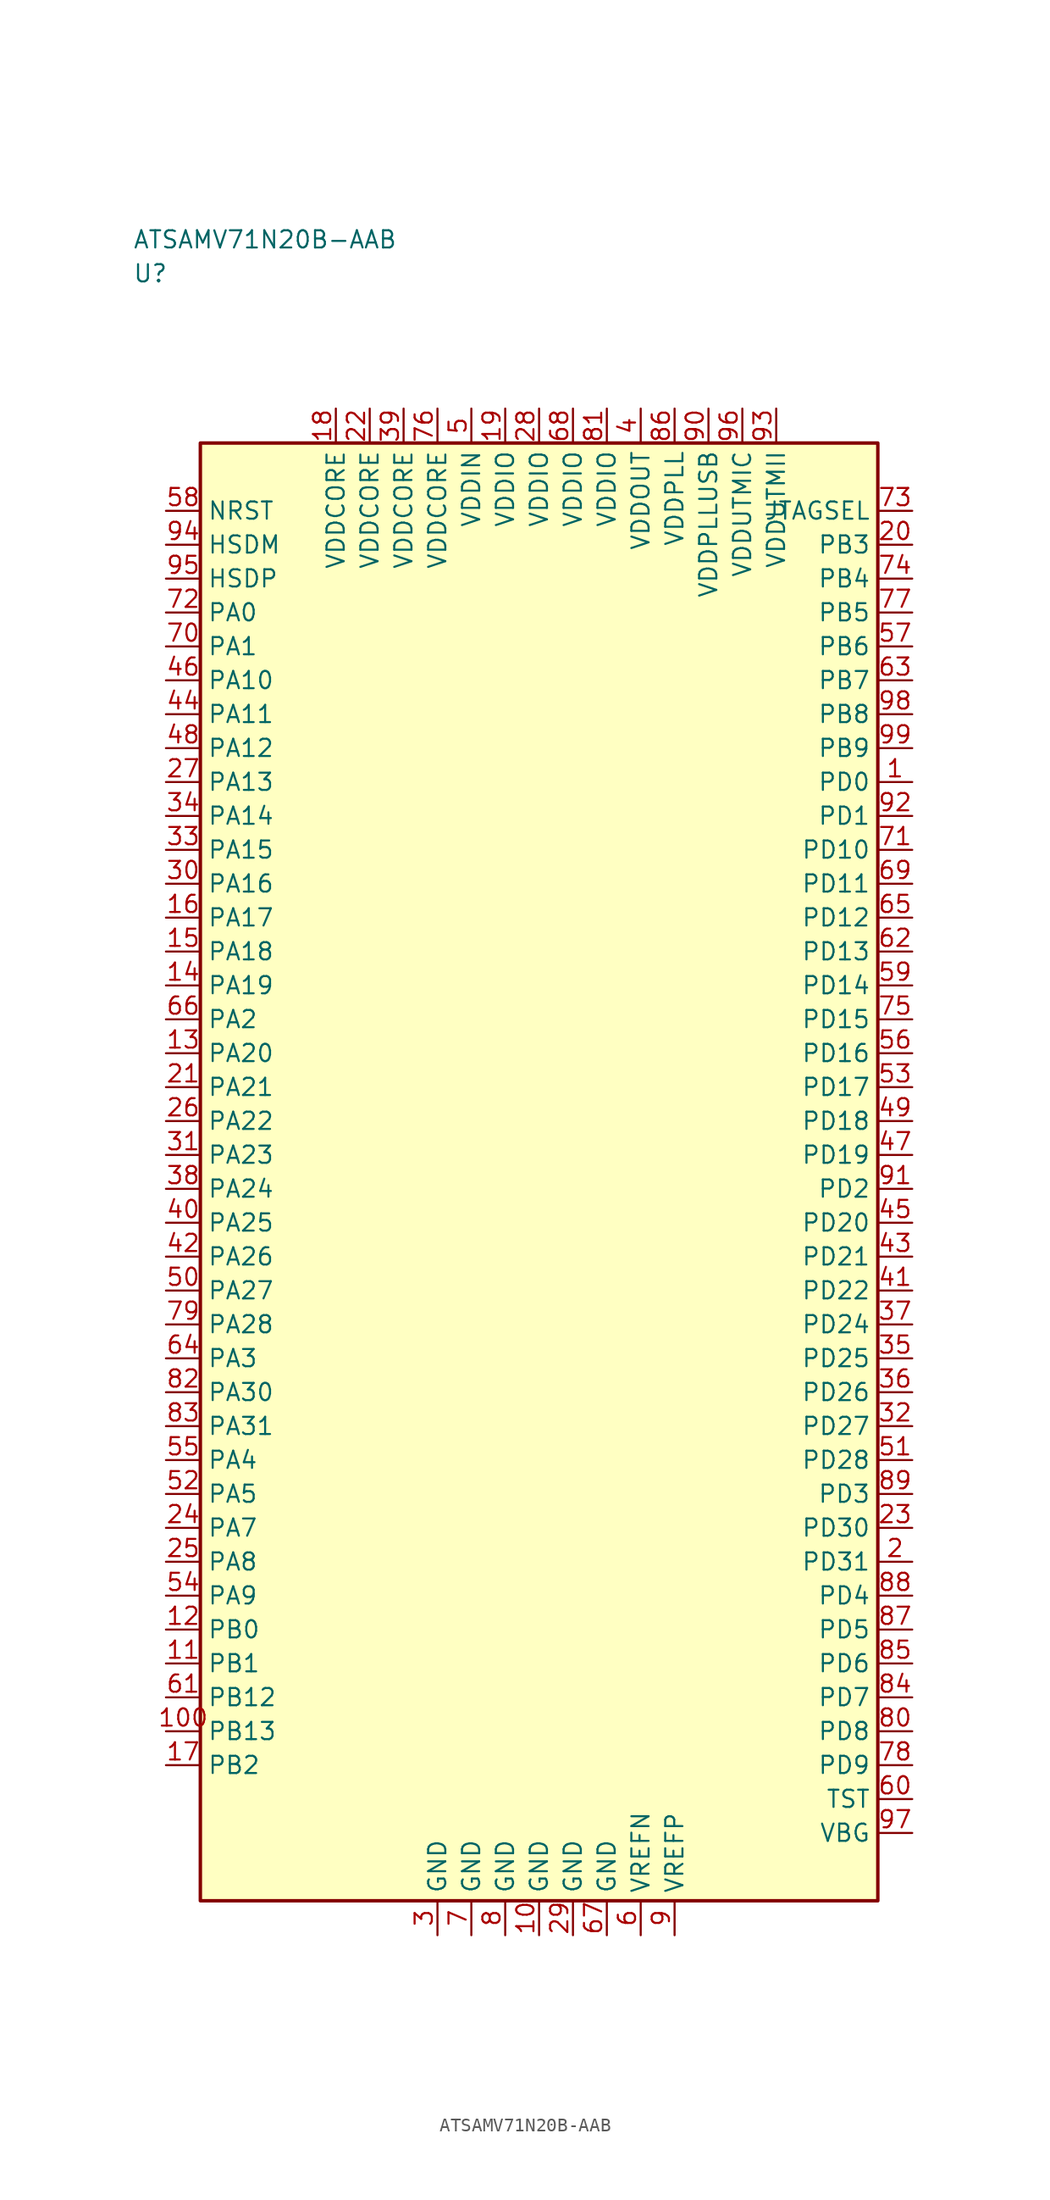
<source format=kicad_sym>
(kicad_symbol_lib
  (version 20241025)
  (generator "kicad_symbol_editor")
  (generator_version "8.0")
  (symbol "ATSAMV71N20B-AAB"
    (property "Reference" "U"
      (at -30.0 66.25 0)
      (effects (font (size 1.27 1.27)) (justify left)))
    (property "Value" "ATSAMV71N20B-AAB"
      (at -30.0 68.75 0)
      (effects (font (size 1.27 1.27)) (justify left)))
    (symbol "ATSAMV71N20B-AAB_0_1"
      (rectangle (start -25.0 53.75) (end 25.0 -53.75) (stroke (width 0.254) (type default)) (fill (type background))))
    (symbol "ATSAMV71N20B-AAB_1_1"
      (pin bidirectional line (at -27.54 41.25 0.0) (length 2.54) (name "PA0" (effects (font (size 1.27 1.27)))) (number "72" (effects (font (size 1.27 1.27)))))
      (pin bidirectional line (at -27.54 38.75 0.0) (length 2.54) (name "PA1" (effects (font (size 1.27 1.27)))) (number "70" (effects (font (size 1.27 1.27)))))
      (pin bidirectional line (at -27.54 11.25 0.0) (length 2.54) (name "PA2" (effects (font (size 1.27 1.27)))) (number "66" (effects (font (size 1.27 1.27)))))
      (pin bidirectional line (at -27.54 -13.75 0.0) (length 2.54) (name "PA3" (effects (font (size 1.27 1.27)))) (number "64" (effects (font (size 1.27 1.27)))))
      (pin bidirectional line (at -27.54 -21.25 0.0) (length 2.54) (name "PA4" (effects (font (size 1.27 1.27)))) (number "55" (effects (font (size 1.27 1.27)))))
      (pin bidirectional line (at -27.54 -23.75 0.0) (length 2.54) (name "PA5" (effects (font (size 1.27 1.27)))) (number "52" (effects (font (size 1.27 1.27)))))
      (pin bidirectional line (at -27.54 -26.25 0.0) (length 2.54) (name "PA7" (effects (font (size 1.27 1.27)))) (number "24" (effects (font (size 1.27 1.27)))))
      (pin bidirectional line (at -27.54 -28.75 0.0) (length 2.54) (name "PA8" (effects (font (size 1.27 1.27)))) (number "25" (effects (font (size 1.27 1.27)))))
      (pin bidirectional line (at -27.54 -31.25 0.0) (length 2.54) (name "PA9" (effects (font (size 1.27 1.27)))) (number "54" (effects (font (size 1.27 1.27)))))
      (pin bidirectional line (at -27.54 36.25 0.0) (length 2.54) (name "PA10" (effects (font (size 1.27 1.27)))) (number "46" (effects (font (size 1.27 1.27)))))
      (pin bidirectional line (at -27.54 33.75 0.0) (length 2.54) (name "PA11" (effects (font (size 1.27 1.27)))) (number "44" (effects (font (size 1.27 1.27)))))
      (pin bidirectional line (at -27.54 31.25 0.0) (length 2.54) (name "PA12" (effects (font (size 1.27 1.27)))) (number "48" (effects (font (size 1.27 1.27)))))
      (pin bidirectional line (at -27.54 28.75 0.0) (length 2.54) (name "PA13" (effects (font (size 1.27 1.27)))) (number "27" (effects (font (size 1.27 1.27)))))
      (pin bidirectional line (at -27.54 26.25 0.0) (length 2.54) (name "PA14" (effects (font (size 1.27 1.27)))) (number "34" (effects (font (size 1.27 1.27)))))
      (pin bidirectional line (at -27.54 23.75 0.0) (length 2.54) (name "PA15" (effects (font (size 1.27 1.27)))) (number "33" (effects (font (size 1.27 1.27)))))
      (pin bidirectional line (at -27.54 21.25 0.0) (length 2.54) (name "PA16" (effects (font (size 1.27 1.27)))) (number "30" (effects (font (size 1.27 1.27)))))
      (pin bidirectional line (at -27.54 18.75 0.0) (length 2.54) (name "PA17" (effects (font (size 1.27 1.27)))) (number "16" (effects (font (size 1.27 1.27)))))
      (pin bidirectional line (at -27.54 16.25 0.0) (length 2.54) (name "PA18" (effects (font (size 1.27 1.27)))) (number "15" (effects (font (size 1.27 1.27)))))
      (pin bidirectional line (at -27.54 13.75 0.0) (length 2.54) (name "PA19" (effects (font (size 1.27 1.27)))) (number "14" (effects (font (size 1.27 1.27)))))
      (pin bidirectional line (at -27.54 8.75 0.0) (length 2.54) (name "PA20" (effects (font (size 1.27 1.27)))) (number "13" (effects (font (size 1.27 1.27)))))
      (pin bidirectional line (at -27.54 6.25 0.0) (length 2.54) (name "PA21" (effects (font (size 1.27 1.27)))) (number "21" (effects (font (size 1.27 1.27)))))
      (pin bidirectional line (at -27.54 3.75 0.0) (length 2.54) (name "PA22" (effects (font (size 1.27 1.27)))) (number "26" (effects (font (size 1.27 1.27)))))
      (pin bidirectional line (at -27.54 1.25 0.0) (length 2.54) (name "PA23" (effects (font (size 1.27 1.27)))) (number "31" (effects (font (size 1.27 1.27)))))
      (pin bidirectional line (at -27.54 -1.25 0.0) (length 2.54) (name "PA24" (effects (font (size 1.27 1.27)))) (number "38" (effects (font (size 1.27 1.27)))))
      (pin bidirectional line (at -27.54 -3.75 0.0) (length 2.54) (name "PA25" (effects (font (size 1.27 1.27)))) (number "40" (effects (font (size 1.27 1.27)))))
      (pin bidirectional line (at -27.54 -6.25 0.0) (length 2.54) (name "PA26" (effects (font (size 1.27 1.27)))) (number "42" (effects (font (size 1.27 1.27)))))
      (pin bidirectional line (at -27.54 -8.75 0.0) (length 2.54) (name "PA27" (effects (font (size 1.27 1.27)))) (number "50" (effects (font (size 1.27 1.27)))))
      (pin bidirectional line (at -27.54 -11.25 0.0) (length 2.54) (name "PA28" (effects (font (size 1.27 1.27)))) (number "79" (effects (font (size 1.27 1.27)))))
      (pin bidirectional line (at -27.54 -16.25 0.0) (length 2.54) (name "PA30" (effects (font (size 1.27 1.27)))) (number "82" (effects (font (size 1.27 1.27)))))
      (pin bidirectional line (at -27.54 -18.75 0.0) (length 2.54) (name "PA31" (effects (font (size 1.27 1.27)))) (number "83" (effects (font (size 1.27 1.27)))))
      (pin bidirectional line (at -27.54 -33.75 0.0) (length 2.54) (name "PB0" (effects (font (size 1.27 1.27)))) (number "12" (effects (font (size 1.27 1.27)))))
      (pin bidirectional line (at -27.54 -36.25 0.0) (length 2.54) (name "PB1" (effects (font (size 1.27 1.27)))) (number "11" (effects (font (size 1.27 1.27)))))
      (pin bidirectional line (at -27.54 -43.75 0.0) (length 2.54) (name "PB2" (effects (font (size 1.27 1.27)))) (number "17" (effects (font (size 1.27 1.27)))))
      (pin bidirectional line (at 27.54 46.25 180.0) (length 2.54) (name "PB3" (effects (font (size 1.27 1.27)))) (number "20" (effects (font (size 1.27 1.27)))))
      (pin bidirectional line (at 27.54 43.75 180.0) (length 2.54) (name "PB4" (effects (font (size 1.27 1.27)))) (number "74" (effects (font (size 1.27 1.27)))))
      (pin bidirectional line (at 27.54 41.25 180.0) (length 2.54) (name "PB5" (effects (font (size 1.27 1.27)))) (number "77" (effects (font (size 1.27 1.27)))))
      (pin bidirectional line (at 27.54 38.75 180.0) (length 2.54) (name "PB6" (effects (font (size 1.27 1.27)))) (number "57" (effects (font (size 1.27 1.27)))))
      (pin bidirectional line (at 27.54 36.25 180.0) (length 2.54) (name "PB7" (effects (font (size 1.27 1.27)))) (number "63" (effects (font (size 1.27 1.27)))))
      (pin bidirectional line (at 27.54 33.75 180.0) (length 2.54) (name "PB8" (effects (font (size 1.27 1.27)))) (number "98" (effects (font (size 1.27 1.27)))))
      (pin bidirectional line (at 27.54 31.25 180.0) (length 2.54) (name "PB9" (effects (font (size 1.27 1.27)))) (number "99" (effects (font (size 1.27 1.27)))))
      (pin bidirectional line (at -27.54 -38.75 0.0) (length 2.54) (name "PB12" (effects (font (size 1.27 1.27)))) (number "61" (effects (font (size 1.27 1.27)))))
      (pin bidirectional line (at -27.54 -41.25 0.0) (length 2.54) (name "PB13" (effects (font (size 1.27 1.27)))) (number "100" (effects (font (size 1.27 1.27)))))
      (pin bidirectional line (at 27.54 28.75 180.0) (length 2.54) (name "PD0" (effects (font (size 1.27 1.27)))) (number "1" (effects (font (size 1.27 1.27)))))
      (pin bidirectional line (at 27.54 26.25 180.0) (length 2.54) (name "PD1" (effects (font (size 1.27 1.27)))) (number "92" (effects (font (size 1.27 1.27)))))
      (pin bidirectional line (at 27.54 -1.25 180.0) (length 2.54) (name "PD2" (effects (font (size 1.27 1.27)))) (number "91" (effects (font (size 1.27 1.27)))))
      (pin bidirectional line (at 27.54 -23.75 180.0) (length 2.54) (name "PD3" (effects (font (size 1.27 1.27)))) (number "89" (effects (font (size 1.27 1.27)))))
      (pin bidirectional line (at 27.54 -31.25 180.0) (length 2.54) (name "PD4" (effects (font (size 1.27 1.27)))) (number "88" (effects (font (size 1.27 1.27)))))
      (pin bidirectional line (at 27.54 -33.75 180.0) (length 2.54) (name "PD5" (effects (font (size 1.27 1.27)))) (number "87" (effects (font (size 1.27 1.27)))))
      (pin bidirectional line (at 27.54 -36.25 180.0) (length 2.54) (name "PD6" (effects (font (size 1.27 1.27)))) (number "85" (effects (font (size 1.27 1.27)))))
      (pin bidirectional line (at 27.54 -38.75 180.0) (length 2.54) (name "PD7" (effects (font (size 1.27 1.27)))) (number "84" (effects (font (size 1.27 1.27)))))
      (pin bidirectional line (at 27.54 -41.25 180.0) (length 2.54) (name "PD8" (effects (font (size 1.27 1.27)))) (number "80" (effects (font (size 1.27 1.27)))))
      (pin bidirectional line (at 27.54 -43.75 180.0) (length 2.54) (name "PD9" (effects (font (size 1.27 1.27)))) (number "78" (effects (font (size 1.27 1.27)))))
      (pin bidirectional line (at 27.54 23.75 180.0) (length 2.54) (name "PD10" (effects (font (size 1.27 1.27)))) (number "71" (effects (font (size 1.27 1.27)))))
      (pin bidirectional line (at 27.54 21.25 180.0) (length 2.54) (name "PD11" (effects (font (size 1.27 1.27)))) (number "69" (effects (font (size 1.27 1.27)))))
      (pin bidirectional line (at 27.54 18.75 180.0) (length 2.54) (name "PD12" (effects (font (size 1.27 1.27)))) (number "65" (effects (font (size 1.27 1.27)))))
      (pin bidirectional line (at 27.54 16.25 180.0) (length 2.54) (name "PD13" (effects (font (size 1.27 1.27)))) (number "62" (effects (font (size 1.27 1.27)))))
      (pin bidirectional line (at 27.54 13.75 180.0) (length 2.54) (name "PD14" (effects (font (size 1.27 1.27)))) (number "59" (effects (font (size 1.27 1.27)))))
      (pin bidirectional line (at 27.54 11.25 180.0) (length 2.54) (name "PD15" (effects (font (size 1.27 1.27)))) (number "75" (effects (font (size 1.27 1.27)))))
      (pin bidirectional line (at 27.54 8.75 180.0) (length 2.54) (name "PD16" (effects (font (size 1.27 1.27)))) (number "56" (effects (font (size 1.27 1.27)))))
      (pin bidirectional line (at 27.54 6.25 180.0) (length 2.54) (name "PD17" (effects (font (size 1.27 1.27)))) (number "53" (effects (font (size 1.27 1.27)))))
      (pin bidirectional line (at 27.54 3.75 180.0) (length 2.54) (name "PD18" (effects (font (size 1.27 1.27)))) (number "49" (effects (font (size 1.27 1.27)))))
      (pin bidirectional line (at 27.54 1.25 180.0) (length 2.54) (name "PD19" (effects (font (size 1.27 1.27)))) (number "47" (effects (font (size 1.27 1.27)))))
      (pin bidirectional line (at 27.54 -3.75 180.0) (length 2.54) (name "PD20" (effects (font (size 1.27 1.27)))) (number "45" (effects (font (size 1.27 1.27)))))
      (pin bidirectional line (at 27.54 -6.25 180.0) (length 2.54) (name "PD21" (effects (font (size 1.27 1.27)))) (number "43" (effects (font (size 1.27 1.27)))))
      (pin bidirectional line (at 27.54 -8.75 180.0) (length 2.54) (name "PD22" (effects (font (size 1.27 1.27)))) (number "41" (effects (font (size 1.27 1.27)))))
      (pin bidirectional line (at 27.54 -11.25 180.0) (length 2.54) (name "PD24" (effects (font (size 1.27 1.27)))) (number "37" (effects (font (size 1.27 1.27)))))
      (pin bidirectional line (at 27.54 -13.75 180.0) (length 2.54) (name "PD25" (effects (font (size 1.27 1.27)))) (number "35" (effects (font (size 1.27 1.27)))))
      (pin bidirectional line (at 27.54 -16.25 180.0) (length 2.54) (name "PD26" (effects (font (size 1.27 1.27)))) (number "36" (effects (font (size 1.27 1.27)))))
      (pin bidirectional line (at 27.54 -18.75 180.0) (length 2.54) (name "PD27" (effects (font (size 1.27 1.27)))) (number "32" (effects (font (size 1.27 1.27)))))
      (pin bidirectional line (at 27.54 -21.25 180.0) (length 2.54) (name "PD28" (effects (font (size 1.27 1.27)))) (number "51" (effects (font (size 1.27 1.27)))))
      (pin bidirectional line (at 27.54 -26.25 180.0) (length 2.54) (name "PD30" (effects (font (size 1.27 1.27)))) (number "23" (effects (font (size 1.27 1.27)))))
      (pin bidirectional line (at 27.54 -28.75 180.0) (length 2.54) (name "PD31" (effects (font (size 1.27 1.27)))) (number "2" (effects (font (size 1.27 1.27)))))
      (pin power_in line (at 7.5 56.29 270.0) (length 2.54) (name "VDDOUT" (effects (font (size 1.27 1.27)))) (number "4" (effects (font (size 1.27 1.27)))))
      (pin power_in line (at -5.0 56.29 270.0) (length 2.54) (name "VDDIN" (effects (font (size 1.27 1.27)))) (number "5" (effects (font (size 1.27 1.27)))))
      (pin passive line (at 7.5 -56.29 90.0) (length 2.54) (name "VREFN" (effects (font (size 1.27 1.27)))) (number "6" (effects (font (size 1.27 1.27)))))
      (pin passive line (at 10.0 -56.29 90.0) (length 2.54) (name "VREFP" (effects (font (size 1.27 1.27)))) (number "9" (effects (font (size 1.27 1.27)))))
      (pin input line (at -27.54 48.75 0.0) (length 2.54) (name "NRST" (effects (font (size 1.27 1.27)))) (number "58" (effects (font (size 1.27 1.27)))))
      (pin bidirectional line (at 27.54 -46.25 180.0) (length 2.54) (name "TST" (effects (font (size 1.27 1.27)))) (number "60" (effects (font (size 1.27 1.27)))))
      (pin power_in line (at -2.5 56.29 270.0) (length 2.54) (name "VDDIO" (effects (font (size 1.27 1.27)))) (number "19" (effects (font (size 1.27 1.27)))))
      (pin power_in line (at 0.0 56.29 270.0) (length 2.54) (name "VDDIO" (effects (font (size 1.27 1.27)))) (number "28" (effects (font (size 1.27 1.27)))))
      (pin power_in line (at 2.5 56.29 270.0) (length 2.54) (name "VDDIO" (effects (font (size 1.27 1.27)))) (number "68" (effects (font (size 1.27 1.27)))))
      (pin power_in line (at 5.0 56.29 270.0) (length 2.54) (name "VDDIO" (effects (font (size 1.27 1.27)))) (number "81" (effects (font (size 1.27 1.27)))))
      (pin output line (at 27.54 48.75 180.0) (length 2.54) (name "JTAGSEL" (effects (font (size 1.27 1.27)))) (number "73" (effects (font (size 1.27 1.27)))))
      (pin power_in line (at -15.0 56.29 270.0) (length 2.54) (name "VDDCORE" (effects (font (size 1.27 1.27)))) (number "18" (effects (font (size 1.27 1.27)))))
      (pin power_in line (at -12.5 56.29 270.0) (length 2.54) (name "VDDCORE" (effects (font (size 1.27 1.27)))) (number "22" (effects (font (size 1.27 1.27)))))
      (pin power_in line (at -10.0 56.29 270.0) (length 2.54) (name "VDDCORE" (effects (font (size 1.27 1.27)))) (number "39" (effects (font (size 1.27 1.27)))))
      (pin power_in line (at -7.5 56.29 270.0) (length 2.54) (name "VDDCORE" (effects (font (size 1.27 1.27)))) (number "76" (effects (font (size 1.27 1.27)))))
      (pin power_in line (at 10.0 56.29 270.0) (length 2.54) (name "VDDPLL" (effects (font (size 1.27 1.27)))) (number "86" (effects (font (size 1.27 1.27)))))
      (pin power_in line (at 17.5 56.29 270.0) (length 2.54) (name "VDDUTMII" (effects (font (size 1.27 1.27)))) (number "93" (effects (font (size 1.27 1.27)))))
      (pin bidirectional line (at -27.54 46.25 0.0) (length 2.54) (name "HSDM" (effects (font (size 1.27 1.27)))) (number "94" (effects (font (size 1.27 1.27)))))
      (pin bidirectional line (at -27.54 43.75 0.0) (length 2.54) (name "HSDP" (effects (font (size 1.27 1.27)))) (number "95" (effects (font (size 1.27 1.27)))))
      (pin passive line (at -7.5 -56.29 90.0) (length 2.54) (name "GND" (effects (font (size 1.27 1.27)))) (number "3" (effects (font (size 1.27 1.27)))))
      (pin passive line (at -5.0 -56.29 90.0) (length 2.54) (name "GND" (effects (font (size 1.27 1.27)))) (number "7" (effects (font (size 1.27 1.27)))))
      (pin passive line (at -2.5 -56.29 90.0) (length 2.54) (name "GND" (effects (font (size 1.27 1.27)))) (number "8" (effects (font (size 1.27 1.27)))))
      (pin passive line (at 0.0 -56.29 90.0) (length 2.54) (name "GND" (effects (font (size 1.27 1.27)))) (number "10" (effects (font (size 1.27 1.27)))))
      (pin passive line (at 2.5 -56.29 90.0) (length 2.54) (name "GND" (effects (font (size 1.27 1.27)))) (number "29" (effects (font (size 1.27 1.27)))))
      (pin passive line (at 5.0 -56.29 90.0) (length 2.54) (name "GND" (effects (font (size 1.27 1.27)))) (number "67" (effects (font (size 1.27 1.27)))))
      (pin power_in line (at 15.0 56.29 270.0) (length 2.54) (name "VDDUTMIC" (effects (font (size 1.27 1.27)))) (number "96" (effects (font (size 1.27 1.27)))))
      (pin bidirectional line (at 27.54 -48.75 180.0) (length 2.54) (name "VBG" (effects (font (size 1.27 1.27)))) (number "97" (effects (font (size 1.27 1.27)))))
      (pin power_in line (at 12.5 56.29 270.0) (length 2.54) (name "VDDPLLUSB" (effects (font (size 1.27 1.27)))) (number "90" (effects (font (size 1.27 1.27))))))))
</source>
